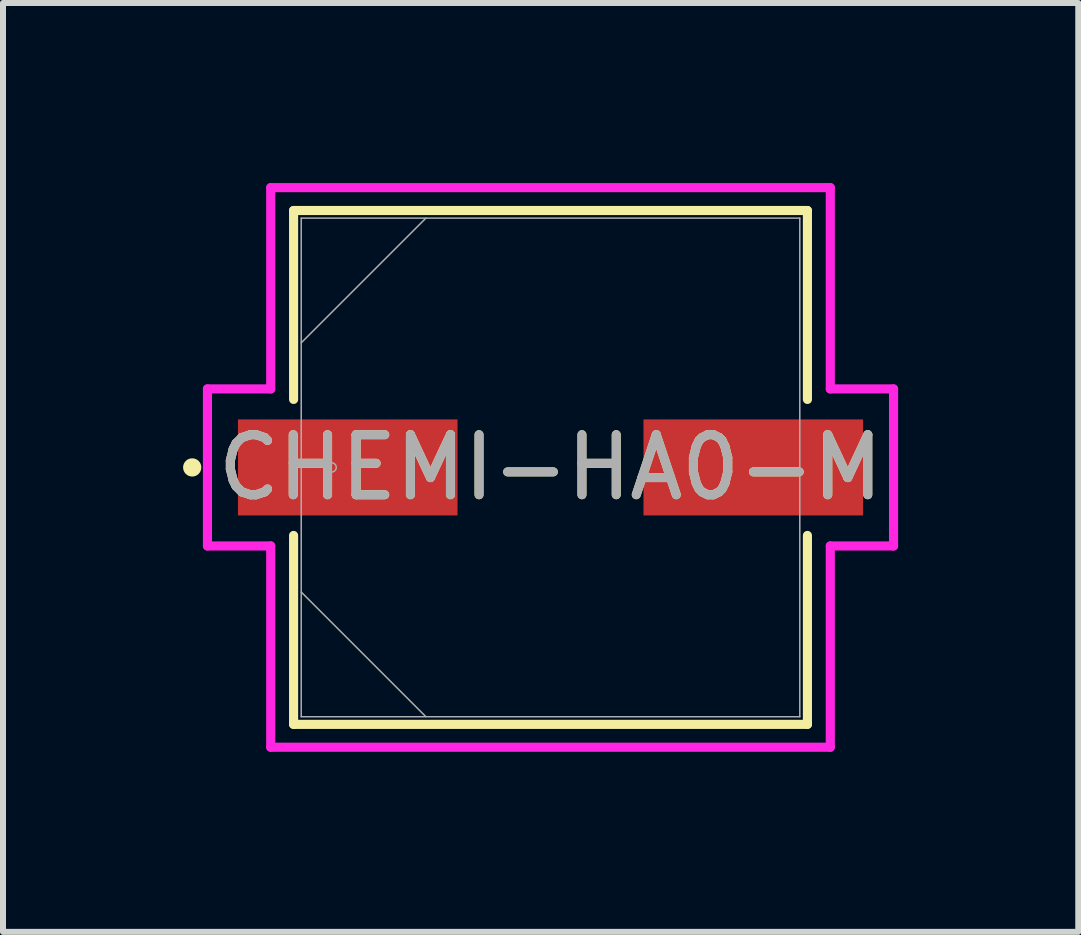
<source format=kicad_pcb>
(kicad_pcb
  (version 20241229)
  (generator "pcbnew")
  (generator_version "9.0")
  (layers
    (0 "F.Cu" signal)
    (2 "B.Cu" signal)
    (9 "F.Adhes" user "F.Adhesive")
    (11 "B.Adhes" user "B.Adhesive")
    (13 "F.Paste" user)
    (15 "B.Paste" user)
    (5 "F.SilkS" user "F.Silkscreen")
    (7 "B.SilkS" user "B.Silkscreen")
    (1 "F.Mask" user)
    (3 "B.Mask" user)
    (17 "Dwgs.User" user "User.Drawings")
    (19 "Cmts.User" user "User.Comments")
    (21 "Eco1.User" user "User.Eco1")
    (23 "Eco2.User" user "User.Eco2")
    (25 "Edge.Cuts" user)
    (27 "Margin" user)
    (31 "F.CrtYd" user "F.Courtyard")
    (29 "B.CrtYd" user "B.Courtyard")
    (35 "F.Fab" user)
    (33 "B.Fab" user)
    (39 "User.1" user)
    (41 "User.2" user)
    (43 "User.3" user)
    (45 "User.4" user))
  (footprint "CHEMI-HA0-M"
    (layer "F.Cu")
    (at 6.121 4.737)
    (property "Reference" "CHEMI-HA0-M" (at 0 0 0) (unlocked yes) (layer "F.SilkS") (effects (font (size 1 1) (thickness 0.15))))
    (attr smd)
    (fp_line (start -4.28 -4.28) (end -4.28 -1.133) (stroke (width 0.152) (type solid)) (layer "F.SilkS"))
    (fp_line (start -4.28 1.133) (end -4.28 4.28) (stroke (width 0.152) (type solid)) (layer "F.SilkS"))
    (fp_line (start -4.28 4.28) (end 4.28 4.28) (stroke (width 0.152) (type solid)) (layer "F.SilkS"))
    (fp_line (start 4.28 -4.28) (end -4.28 -4.28) (stroke (width 0.152) (type solid)) (layer "F.SilkS"))
    (fp_line (start 4.28 -1.133) (end 4.28 -4.28) (stroke (width 0.152) (type solid)) (layer "F.SilkS"))
    (fp_line (start 4.28 4.28) (end 4.28 1.133) (stroke (width 0.152) (type solid)) (layer "F.SilkS"))
    (fp_circle (center -5.969 0) (end -5.893 0) (stroke (width 0.152) (type solid)) (fill no) (layer "F.SilkS"))
    (fp_line (start -5.715 -1.308) (end -4.661 -1.308) (stroke (width 0.152) (type solid)) (layer "F.CrtYd"))
    (fp_line (start -5.715 1.308) (end -5.715 -1.308) (stroke (width 0.152) (type solid)) (layer "F.CrtYd"))
    (fp_line (start -4.661 -4.661) (end 4.661 -4.661) (stroke (width 0.152) (type solid)) (layer "F.CrtYd"))
    (fp_line (start -4.661 -1.308) (end -4.661 -4.661) (stroke (width 0.152) (type solid)) (layer "F.CrtYd"))
    (fp_line (start -4.661 1.308) (end -5.715 1.308) (stroke (width 0.152) (type solid)) (layer "F.CrtYd"))
    (fp_line (start -4.661 4.661) (end -4.661 1.308) (stroke (width 0.152) (type solid)) (layer "F.CrtYd"))
    (fp_line (start 4.661 -4.661) (end 4.661 -1.308) (stroke (width 0.152) (type solid)) (layer "F.CrtYd"))
    (fp_line (start 4.661 -1.308) (end 5.715 -1.308) (stroke (width 0.152) (type solid)) (layer "F.CrtYd"))
    (fp_line (start 4.661 1.308) (end 4.661 4.661) (stroke (width 0.152) (type solid)) (layer "F.CrtYd"))
    (fp_line (start 4.661 4.661) (end -4.661 4.661) (stroke (width 0.152) (type solid)) (layer "F.CrtYd"))
    (fp_line (start 5.715 -1.308) (end 5.715 1.308) (stroke (width 0.152) (type solid)) (layer "F.CrtYd"))
    (fp_line (start 5.715 1.308) (end 4.661 1.308) (stroke (width 0.152) (type solid)) (layer "F.CrtYd"))
    (fp_line (start -4.153 -4.153) (end -4.153 4.153) (stroke (width 0.025) (type solid)) (layer "F.Fab"))
    (fp_line (start -4.153 -2.076) (end -2.076 -4.153) (stroke (width 0.025) (type solid)) (layer "F.Fab"))
    (fp_line (start -4.153 2.076) (end -2.076 4.153) (stroke (width 0.025) (type solid)) (layer "F.Fab"))
    (fp_line (start -4.153 4.153) (end 4.153 4.153) (stroke (width 0.025) (type solid)) (layer "F.Fab"))
    (fp_line (start 4.153 -4.153) (end -4.153 -4.153) (stroke (width 0.025) (type solid)) (layer "F.Fab"))
    (fp_line (start 4.153 4.153) (end 4.153 -4.153) (stroke (width 0.025) (type solid)) (layer "F.Fab"))
    (fp_circle (center -3.645 0) (end -3.569 0) (stroke (width 0.025) (type solid)) (fill no) (layer "F.Fab"))
    (fp_text user "${REFERENCE}" (at 0 0 0) (unlocked yes) (layer "F.Fab") (effects (font (size 1 1) (thickness 0.15))))
    (pad "1" smd rect (at -3.378 0) (size 3.658 1.6) (layers "F.Cu" "F.Mask" "F.Paste"))
    (pad "2" smd rect (at 3.378 0) (size 3.658 1.6) (layers "F.Cu" "F.Mask" "F.Paste"))
    (zone (net_name "") (layer "F.Cu") (hatch full 0.508) (connect_pads) (min_thickness 0.254) (filled_areas_thickness no) (keepout (tracks not_allowed) (vias not_allowed) (pads allowed) (copperpour not_allowed) (footprints allowed)) (placement (enabled no)) (fill) (polygon (pts (xy 2.019 0.635) (xy 10.223 0.635) (xy 10.223 3.886) (xy 2.019 3.886))))
    (zone (net_name "") (layer "F.Cu") (hatch full 0.508) (connect_pads) (min_thickness 0.254) (filled_areas_thickness no) (keepout (tracks not_allowed) (vias not_allowed) (pads allowed) (copperpour not_allowed) (footprints allowed)) (placement (enabled no)) (fill) (polygon (pts (xy 2.019 5.588) (xy 10.223 5.588) (xy 10.223 8.839) (xy 2.019 8.839))))
    (zone (net_name "") (layer "F.Cu") (hatch full 0.508) (connect_pads) (min_thickness 0.254) (filled_areas_thickness no) (keepout (tracks not_allowed) (vias not_allowed) (pads allowed) (copperpour not_allowed) (footprints allowed)) (placement (enabled no)) (fill) (polygon (pts (xy 4.623 3.886) (xy 7.62 3.886) (xy 7.62 5.588) (xy 4.623 5.588)))))
  (gr_rect
    (start -3 -3)
    (end 14.913 12.474)
    (stroke (width 0.1) (type default))
    (fill no)
    (layer "Edge.Cuts")))
</source>
